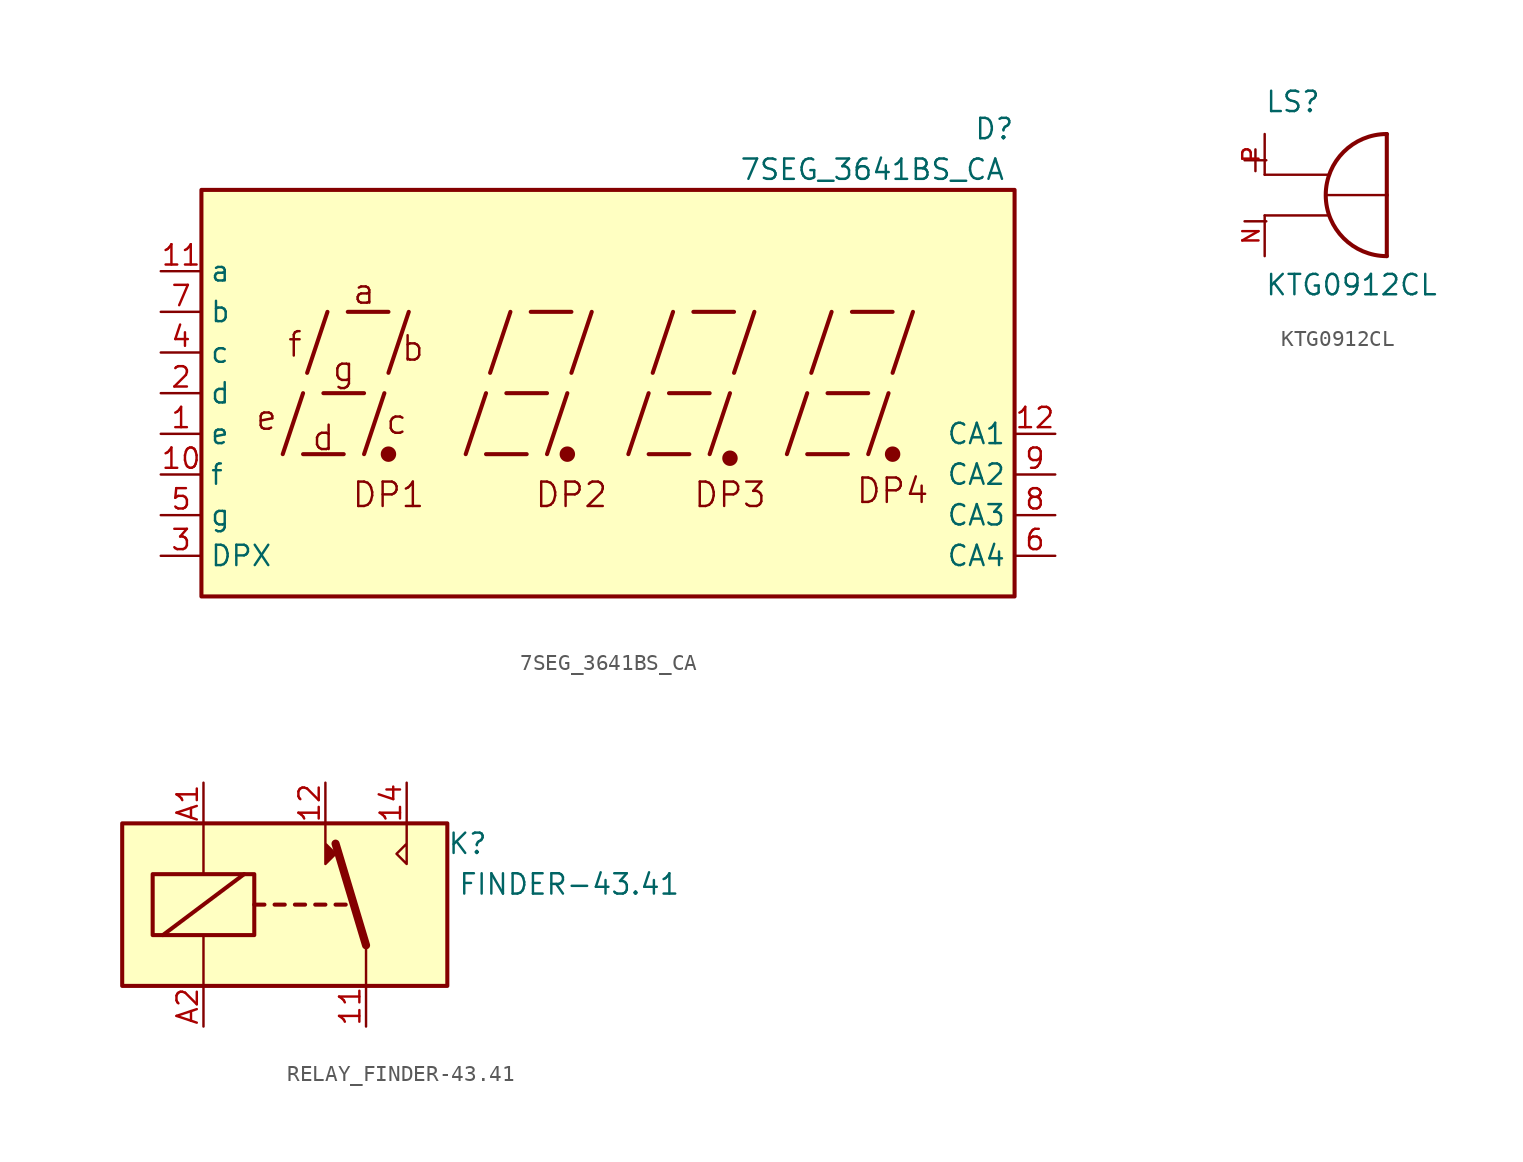
<source format=kicad_sym>
(kicad_symbol_lib
  (version 20220914)
  (generator kicad_symbol_editor)
  (symbol "7SEG_3641BS_CA"
    (property "Reference" "D"
      (at 24.13 13.97 0)
      (effects (font (size 1.27 1.27))))
    (property "Value" "7SEG_3641BS_CA"
      (at 16.51 11.43 0)
      (effects (font (size 1.27 1.27))))
    (symbol "7SEG_3641BS_CA_0_0"
      (rectangle (start -25.4 10.16) (end 25.4 -15.24) (stroke (width 0.254) (type default)) (fill (type background)))
      (polyline (pts (xy -20.32 -6.35) (xy -19.05 -2.54)) (stroke (width 0.254) (type default)) (fill (type none)))
      (polyline (pts (xy -19.05 -6.35) (xy -16.51 -6.35)) (stroke (width 0.254) (type default)) (fill (type none)))
      (polyline (pts (xy -18.796 -1.27) (xy -17.526 2.54)) (stroke (width 0.254) (type default)) (fill (type none)))
      (polyline (pts (xy -17.78 -2.54) (xy -15.24 -2.54)) (stroke (width 0.254) (type default)) (fill (type none)))
      (polyline (pts (xy -16.256 2.54) (xy -13.716 2.54)) (stroke (width 0.254) (type default)) (fill (type none)))
      (polyline (pts (xy -15.24 -6.35) (xy -13.97 -2.54)) (stroke (width 0.254) (type default)) (fill (type none)))
      (polyline (pts (xy -13.716 -1.27) (xy -12.446 2.54)) (stroke (width 0.254) (type default)) (fill (type none)))
      (polyline (pts (xy -8.89 -6.35) (xy -7.62 -2.54)) (stroke (width 0.254) (type default)) (fill (type none)))
      (polyline (pts (xy -7.62 -6.35) (xy -5.08 -6.35)) (stroke (width 0.254) (type default)) (fill (type none)))
      (polyline (pts (xy -7.366 -1.27) (xy -6.096 2.54)) (stroke (width 0.254) (type default)) (fill (type none)))
      (polyline (pts (xy -6.35 -2.54) (xy -3.81 -2.54)) (stroke (width 0.254) (type default)) (fill (type none)))
      (polyline (pts (xy -4.826 2.54) (xy -2.286 2.54)) (stroke (width 0.254) (type default)) (fill (type none)))
      (polyline (pts (xy -3.81 -6.35) (xy -2.54 -2.54)) (stroke (width 0.254) (type default)) (fill (type none)))
      (polyline (pts (xy -2.286 -1.27) (xy -1.016 2.54)) (stroke (width 0.254) (type default)) (fill (type none)))
      (polyline (pts (xy 1.27 -6.35) (xy 2.54 -2.54)) (stroke (width 0.254) (type default)) (fill (type none)))
      (polyline (pts (xy 2.54 -6.35) (xy 5.08 -6.35)) (stroke (width 0.254) (type default)) (fill (type none)))
      (polyline (pts (xy 2.794 -1.27) (xy 4.064 2.54)) (stroke (width 0.254) (type default)) (fill (type none)))
      (polyline (pts (xy 3.81 -2.54) (xy 6.35 -2.54)) (stroke (width 0.254) (type default)) (fill (type none)))
      (polyline (pts (xy 5.334 2.54) (xy 7.874 2.54)) (stroke (width 0.254) (type default)) (fill (type none)))
      (polyline (pts (xy 6.35 -6.35) (xy 7.62 -2.54)) (stroke (width 0.254) (type default)) (fill (type none)))
      (polyline (pts (xy 7.874 -1.27) (xy 9.144 2.54)) (stroke (width 0.254) (type default)) (fill (type none)))
      (polyline (pts (xy 11.176 -6.35) (xy 12.446 -2.54)) (stroke (width 0.254) (type default)) (fill (type none)))
      (polyline (pts (xy 12.446 -6.35) (xy 14.986 -6.35)) (stroke (width 0.254) (type default)) (fill (type none)))
      (polyline (pts (xy 12.7 -1.27) (xy 13.97 2.54)) (stroke (width 0.254) (type default)) (fill (type none)))
      (polyline (pts (xy 13.716 -2.54) (xy 16.256 -2.54)) (stroke (width 0.254) (type default)) (fill (type none)))
      (polyline (pts (xy 15.24 2.54) (xy 17.78 2.54)) (stroke (width 0.254) (type default)) (fill (type none)))
      (polyline (pts (xy 16.256 -6.35) (xy 17.526 -2.54)) (stroke (width 0.254) (type default)) (fill (type none)))
      (polyline (pts (xy 17.78 -1.27) (xy 19.05 2.54)) (stroke (width 0.254) (type default)) (fill (type none)))
      (text "a" (at -15.24 3.81 0) (effects (font (size 1.524 1.524))))
      (text "b" (at -12.192 0.254 0) (effects (font (size 1.524 1.524))))
      (text "c" (at -13.208 -4.318 0) (effects (font (size 1.524 1.524))))
      (text "d" (at -17.78 -5.334 0) (effects (font (size 1.524 1.524))))
      (text "DP1" (at -13.716 -8.89 0) (effects (font (size 1.524 1.524))))
      (text "DP2" (at -2.286 -8.89 0) (effects (font (size 1.524 1.524))))
      (text "DP3" (at 7.62 -8.89 0) (effects (font (size 1.524 1.524))))
      (text "DP4" (at 17.78 -8.636 0) (effects (font (size 1.524 1.524))))
      (text "e" (at -21.336 -4.064 0) (effects (font (size 1.524 1.524))))
      (text "f" (at -19.558 0.508 0) (effects (font (size 1.524 1.524))))
      (text "g" (at -16.51 -1.016 0) (effects (font (size 1.524 1.524)))))
    (symbol "7SEG_3641BS_CA_0_1"
      (circle (center -13.716 -6.35) (radius 0.356) (stroke (width 0.254) (type default)) (fill (type outline)))
      (circle (center -2.54 -6.35) (radius 0.356) (stroke (width 0.254) (type default)) (fill (type outline))))
    (symbol "7SEG_3641BS_CA_1_0"
      (circle (center 7.62 -6.604) (radius 0.356) (stroke (width 0.254) (type default)) (fill (type outline)))
      (circle (center 17.78 -6.35) (radius 0.356) (stroke (width 0.254) (type default)) (fill (type outline))))
    (symbol "7SEG_3641BS_CA_1_1"
      (pin input line (at -27.94 -5.08 0) (length 2.54) (name "e" (effects (font (size 1.27 1.27)))) (number "1" (effects (font (size 1.27 1.27)))))
      (pin input line (at -27.94 -7.62 0) (length 2.54) (name "f" (effects (font (size 1.27 1.27)))) (number "10" (effects (font (size 1.27 1.27)))))
      (pin input line (at -27.94 5.08 0) (length 2.54) (name "a" (effects (font (size 1.27 1.27)))) (number "11" (effects (font (size 1.27 1.27)))))
      (pin input line (at 27.94 -5.08 180) (length 2.54) (name "CA1" (effects (font (size 1.27 1.27)))) (number "12" (effects (font (size 1.27 1.27)))))
      (pin input line (at -27.94 -2.54 0) (length 2.54) (name "d" (effects (font (size 1.27 1.27)))) (number "2" (effects (font (size 1.27 1.27)))))
      (pin input line (at -27.94 -12.7 0) (length 2.54) (name "DPX" (effects (font (size 1.27 1.27)))) (number "3" (effects (font (size 1.27 1.27)))))
      (pin input line (at -27.94 0 0) (length 2.54) (name "c" (effects (font (size 1.27 1.27)))) (number "4" (effects (font (size 1.27 1.27)))))
      (pin input line (at -27.94 -10.16 0) (length 2.54) (name "g" (effects (font (size 1.27 1.27)))) (number "5" (effects (font (size 1.27 1.27)))))
      (pin input line (at 27.94 -12.7 180) (length 2.54) (name "CA4" (effects (font (size 1.27 1.27)))) (number "6" (effects (font (size 1.27 1.27)))))
      (pin input line (at -27.94 2.54 0) (length 2.54) (name "b" (effects (font (size 1.27 1.27)))) (number "7" (effects (font (size 1.27 1.27)))))
      (pin input line (at 27.94 -10.16 180) (length 2.54) (name "CA3" (effects (font (size 1.27 1.27)))) (number "8" (effects (font (size 1.27 1.27)))))
      (pin input line (at 27.94 -7.62 180) (length 2.54) (name "CA2" (effects (font (size 1.27 1.27)))) (number "9" (effects (font (size 1.27 1.27)))))))
  (symbol "KTG0912CL"
    (pin_names
      (offset 1.016))
    (property "Reference" "LS"
      (at -2.54 6.35 0)
      (effects (font (size 1.27 1.27)) (justify left bottom)))
    (property "Value" "KTG0912CL"
      (at -2.54 -5.08 0)
      (effects (font (size 1.27 1.27)) (justify left bottom)))
    (symbol "KTG0912CL_0_0"
      (polyline (pts (xy -2.54 0) (xy 1.397 0)) (stroke (width 0.152) (type default)) (fill (type none)))
      (polyline (pts (xy -2.54 2.54) (xy 1.397 2.54)) (stroke (width 0.152) (type default)) (fill (type none)))
      (polyline (pts (xy 1.27 1.27) (xy 5.08 1.27)) (stroke (width 0.152) (type default)) (fill (type none)))
      (polyline (pts (xy 5.08 1.27) (xy 5.08 -2.54)) (stroke (width 0.254) (type default)) (fill (type none)))
      (polyline (pts (xy 5.08 5.08) (xy 5.08 1.27)) (stroke (width 0.254) (type default)) (fill (type none)))
      (arc (start 5.08 5.08) (mid 1.2866 1.27) (end 5.08 -2.54) (stroke (width 0.254) (type default)) (fill (type none)))
      (text "+" (at -4.318 2.54 0) (effects (font (size 1.778 1.778)) (justify left bottom)))
      (text "-" (at -4.318 -1.27 0) (effects (font (size 1.778 1.778)) (justify left bottom)))
      (pin passive line (at -2.54 -2.54 90) (length 2.54) (name "~" (effects (font (size 1.016 1.016)))) (number "N" (effects (font (size 1.016 1.016)))))
      (pin passive line (at -2.54 5.08 270) (length 2.54) (name "~" (effects (font (size 1.016 1.016)))) (number "P" (effects (font (size 1.016 1.016)))))))
  (symbol "RELAY_FINDER-43.41"
    (property "Reference" "K"
      (at 11.43 2.54 0)
      (effects (font (size 1.27 1.27))))
    (property "Value" "FINDER-43.41"
      (at 17.78 0 0)
      (effects (font (size 1.27 1.27))))
    (symbol "RELAY_FINDER-43.41_0_0"
      (polyline (pts (xy 7.62 3.81) (xy 7.62 1.27) (xy 6.985 1.905) (xy 7.62 2.54)) (stroke (width 0) (type default)) (fill (type none))))
    (symbol "RELAY_FINDER-43.41_0_1"
      (rectangle (start -10.16 3.81) (end 10.16 -6.35) (stroke (width 0.254) (type default)) (fill (type background)))
      (rectangle (start -8.255 0.635) (end -1.905 -3.175) (stroke (width 0.254) (type default)) (fill (type none)))
      (polyline (pts (xy -7.62 -3.175) (xy -2.54 0.635)) (stroke (width 0.254) (type default)) (fill (type none)))
      (polyline (pts (xy -5.08 -6.35) (xy -5.08 -3.175)) (stroke (width 0) (type default)) (fill (type none)))
      (polyline (pts (xy -5.08 3.81) (xy -5.08 0.635)) (stroke (width 0) (type default)) (fill (type none)))
      (polyline (pts (xy -1.905 -1.27) (xy -1.27 -1.27)) (stroke (width 0.254) (type default)) (fill (type none)))
      (polyline (pts (xy -0.635 -1.27) (xy 0 -1.27)) (stroke (width 0.254) (type default)) (fill (type none)))
      (polyline (pts (xy 0.635 -1.27) (xy 1.27 -1.27)) (stroke (width 0.254) (type default)) (fill (type none)))
      (polyline (pts (xy 1.905 -1.27) (xy 2.54 -1.27)) (stroke (width 0.254) (type default)) (fill (type none)))
      (polyline (pts (xy 3.175 -1.27) (xy 3.81 -1.27)) (stroke (width 0.254) (type default)) (fill (type none)))
      (polyline (pts (xy 5.08 -3.81) (xy 3.175 2.54)) (stroke (width 0.508) (type default)) (fill (type none)))
      (polyline (pts (xy 5.08 -3.81) (xy 5.08 -6.35)) (stroke (width 0) (type default)) (fill (type none)))
      (polyline (pts (xy 2.54 3.81) (xy 2.54 1.27) (xy 3.175 1.905) (xy 2.54 2.54)) (stroke (width 0) (type default)) (fill (type outline))))
    (symbol "RELAY_FINDER-43.41_1_1"
      (pin passive line (at 5.08 -8.89 90) (length 2.54) (name "~" (effects (font (size 1.27 1.27)))) (number "11" (effects (font (size 1.27 1.27)))))
      (pin passive line (at 2.54 6.35 270) (length 2.54) (name "~" (effects (font (size 1.27 1.27)))) (number "12" (effects (font (size 1.27 1.27)))))
      (pin passive line (at 7.62 6.35 270) (length 2.54) (name "~" (effects (font (size 1.27 1.27)))) (number "14" (effects (font (size 1.27 1.27)))))
      (pin passive line (at -5.08 6.35 270) (length 2.54) (name "~" (effects (font (size 1.27 1.27)))) (number "A1" (effects (font (size 1.27 1.27)))))
      (pin passive line (at -5.08 -8.89 90) (length 2.54) (name "~" (effects (font (size 1.27 1.27)))) (number "A2" (effects (font (size 1.27 1.27))))))))
</source>
